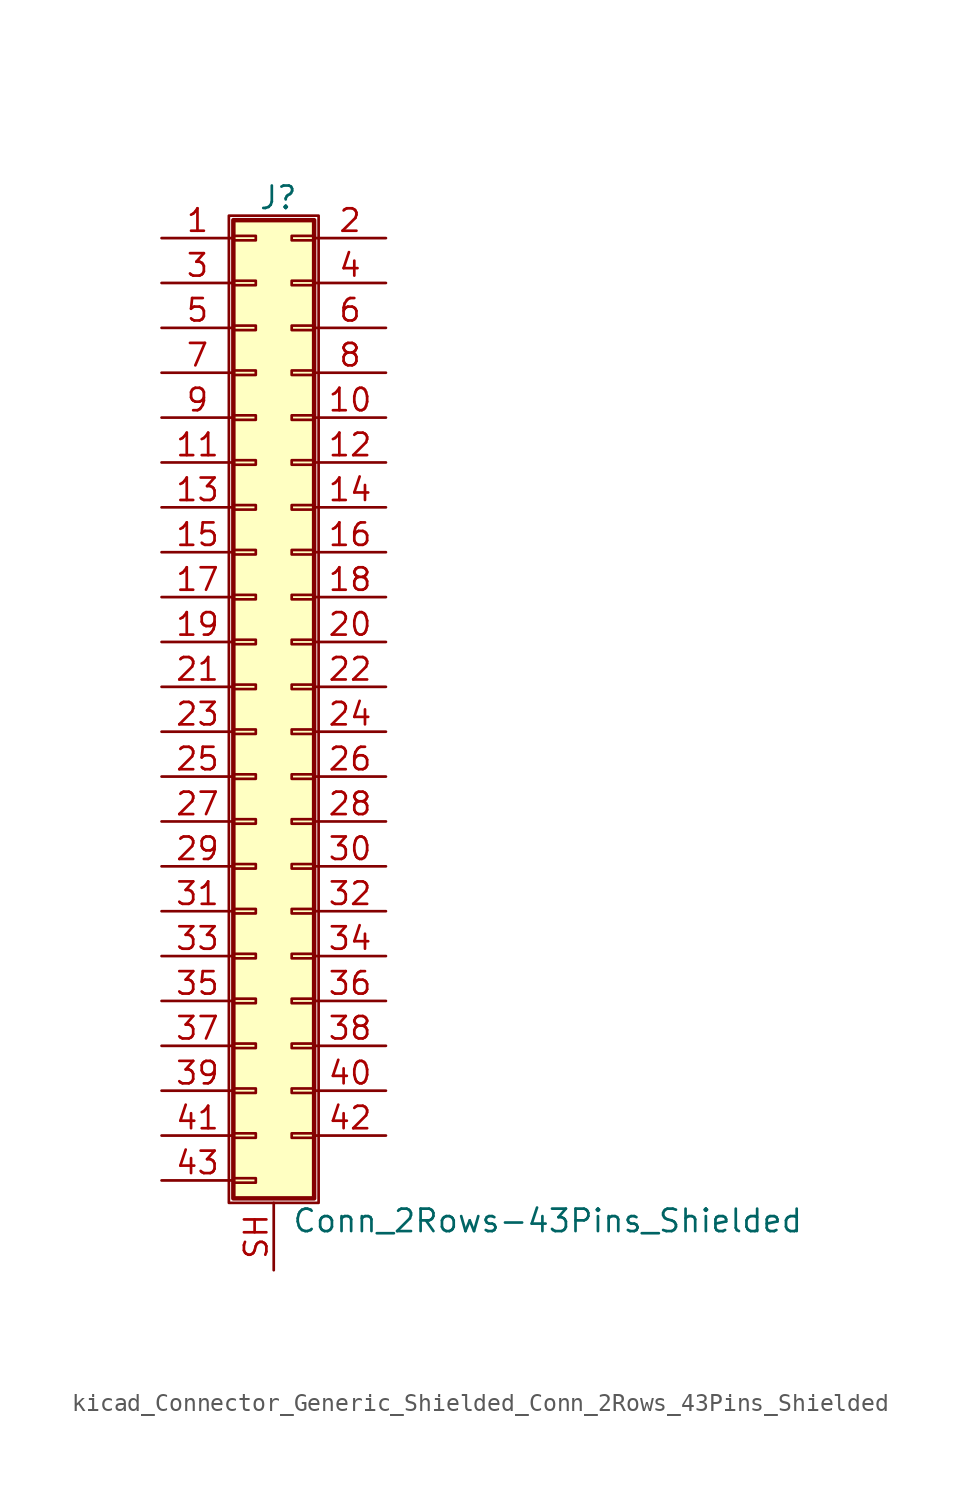
<source format=kicad_sym>
(kicad_symbol_lib
  (version 20220914)
  (generator kicad_symbol_editor)
  (symbol "kicad_Connector_Generic_Shielded_Conn_2Rows_43Pins_Shielded"
    (pin_names
      (offset 1.016) hide)
    (property "Reference" "J"
      (at 1.524 27.686 0)
      (effects (font (size 1.27 1.27))))
    (property "Value" "Conn_2Rows-43Pins_Shielded"
      (at 2.286 -30.226 0)
      (effects (font (size 1.27 1.27)) (justify left)))
    (symbol "kicad_Connector_Generic_Shielded_Conn_2Rows_43Pins_Shielded_1_1"
      (rectangle (start -1.27 26.67) (end 3.81 -29.21) (stroke (width 0.152) (type default)) (fill (type none)))
      (rectangle (start -1.016 -27.813) (end 0.254 -28.067) (stroke (width 0.152) (type default)) (fill (type none)))
      (rectangle (start -1.016 -25.273) (end 0.254 -25.527) (stroke (width 0.152) (type default)) (fill (type none)))
      (rectangle (start -1.016 -22.733) (end 0.254 -22.987) (stroke (width 0.152) (type default)) (fill (type none)))
      (rectangle (start -1.016 -20.193) (end 0.254 -20.447) (stroke (width 0.152) (type default)) (fill (type none)))
      (rectangle (start -1.016 -17.653) (end 0.254 -17.907) (stroke (width 0.152) (type default)) (fill (type none)))
      (rectangle (start -1.016 -15.113) (end 0.254 -15.367) (stroke (width 0.152) (type default)) (fill (type none)))
      (rectangle (start -1.016 -12.573) (end 0.254 -12.827) (stroke (width 0.152) (type default)) (fill (type none)))
      (rectangle (start -1.016 -10.033) (end 0.254 -10.287) (stroke (width 0.152) (type default)) (fill (type none)))
      (rectangle (start -1.016 -7.493) (end 0.254 -7.747) (stroke (width 0.152) (type default)) (fill (type none)))
      (rectangle (start -1.016 -4.953) (end 0.254 -5.207) (stroke (width 0.152) (type default)) (fill (type none)))
      (rectangle (start -1.016 -2.413) (end 0.254 -2.667) (stroke (width 0.152) (type default)) (fill (type none)))
      (rectangle (start -1.016 0.127) (end 0.254 -0.127) (stroke (width 0.152) (type default)) (fill (type none)))
      (rectangle (start -1.016 2.667) (end 0.254 2.413) (stroke (width 0.152) (type default)) (fill (type none)))
      (rectangle (start -1.016 5.207) (end 0.254 4.953) (stroke (width 0.152) (type default)) (fill (type none)))
      (rectangle (start -1.016 7.747) (end 0.254 7.493) (stroke (width 0.152) (type default)) (fill (type none)))
      (rectangle (start -1.016 10.287) (end 0.254 10.033) (stroke (width 0.152) (type default)) (fill (type none)))
      (rectangle (start -1.016 12.827) (end 0.254 12.573) (stroke (width 0.152) (type default)) (fill (type none)))
      (rectangle (start -1.016 15.367) (end 0.254 15.113) (stroke (width 0.152) (type default)) (fill (type none)))
      (rectangle (start -1.016 17.907) (end 0.254 17.653) (stroke (width 0.152) (type default)) (fill (type none)))
      (rectangle (start -1.016 20.447) (end 0.254 20.193) (stroke (width 0.152) (type default)) (fill (type none)))
      (rectangle (start -1.016 22.987) (end 0.254 22.733) (stroke (width 0.152) (type default)) (fill (type none)))
      (rectangle (start -1.016 25.527) (end 0.254 25.273) (stroke (width 0.152) (type default)) (fill (type none)))
      (rectangle (start -1.016 26.416) (end 3.556 -28.956) (stroke (width 0.254) (type default)) (fill (type background)))
      (rectangle (start 3.556 -25.273) (end 2.286 -25.527) (stroke (width 0.152) (type default)) (fill (type none)))
      (rectangle (start 3.556 -22.733) (end 2.286 -22.987) (stroke (width 0.152) (type default)) (fill (type none)))
      (rectangle (start 3.556 -20.193) (end 2.286 -20.447) (stroke (width 0.152) (type default)) (fill (type none)))
      (rectangle (start 3.556 -17.653) (end 2.286 -17.907) (stroke (width 0.152) (type default)) (fill (type none)))
      (rectangle (start 3.556 -15.113) (end 2.286 -15.367) (stroke (width 0.152) (type default)) (fill (type none)))
      (rectangle (start 3.556 -12.573) (end 2.286 -12.827) (stroke (width 0.152) (type default)) (fill (type none)))
      (rectangle (start 3.556 -10.033) (end 2.286 -10.287) (stroke (width 0.152) (type default)) (fill (type none)))
      (rectangle (start 3.556 -7.493) (end 2.286 -7.747) (stroke (width 0.152) (type default)) (fill (type none)))
      (rectangle (start 3.556 -4.953) (end 2.286 -5.207) (stroke (width 0.152) (type default)) (fill (type none)))
      (rectangle (start 3.556 -2.413) (end 2.286 -2.667) (stroke (width 0.152) (type default)) (fill (type none)))
      (rectangle (start 3.556 0.127) (end 2.286 -0.127) (stroke (width 0.152) (type default)) (fill (type none)))
      (rectangle (start 3.556 2.667) (end 2.286 2.413) (stroke (width 0.152) (type default)) (fill (type none)))
      (rectangle (start 3.556 5.207) (end 2.286 4.953) (stroke (width 0.152) (type default)) (fill (type none)))
      (rectangle (start 3.556 7.747) (end 2.286 7.493) (stroke (width 0.152) (type default)) (fill (type none)))
      (rectangle (start 3.556 10.287) (end 2.286 10.033) (stroke (width 0.152) (type default)) (fill (type none)))
      (rectangle (start 3.556 12.827) (end 2.286 12.573) (stroke (width 0.152) (type default)) (fill (type none)))
      (rectangle (start 3.556 15.367) (end 2.286 15.113) (stroke (width 0.152) (type default)) (fill (type none)))
      (rectangle (start 3.556 17.907) (end 2.286 17.653) (stroke (width 0.152) (type default)) (fill (type none)))
      (rectangle (start 3.556 20.447) (end 2.286 20.193) (stroke (width 0.152) (type default)) (fill (type none)))
      (rectangle (start 3.556 22.987) (end 2.286 22.733) (stroke (width 0.152) (type default)) (fill (type none)))
      (rectangle (start 3.556 25.527) (end 2.286 25.273) (stroke (width 0.152) (type default)) (fill (type none)))
      (pin passive line (at -5.08 25.4 0) (length 4.064) (name "Pin_1" (effects (font (size 1.27 1.27)))) (number "1" (effects (font (size 1.27 1.27)))))
      (pin passive line (at 7.62 15.24 180) (length 4.064) (name "Pin_10" (effects (font (size 1.27 1.27)))) (number "10" (effects (font (size 1.27 1.27)))))
      (pin passive line (at -5.08 12.7 0) (length 4.064) (name "Pin_11" (effects (font (size 1.27 1.27)))) (number "11" (effects (font (size 1.27 1.27)))))
      (pin passive line (at 7.62 12.7 180) (length 4.064) (name "Pin_12" (effects (font (size 1.27 1.27)))) (number "12" (effects (font (size 1.27 1.27)))))
      (pin passive line (at -5.08 10.16 0) (length 4.064) (name "Pin_13" (effects (font (size 1.27 1.27)))) (number "13" (effects (font (size 1.27 1.27)))))
      (pin passive line (at 7.62 10.16 180) (length 4.064) (name "Pin_14" (effects (font (size 1.27 1.27)))) (number "14" (effects (font (size 1.27 1.27)))))
      (pin passive line (at -5.08 7.62 0) (length 4.064) (name "Pin_15" (effects (font (size 1.27 1.27)))) (number "15" (effects (font (size 1.27 1.27)))))
      (pin passive line (at 7.62 7.62 180) (length 4.064) (name "Pin_16" (effects (font (size 1.27 1.27)))) (number "16" (effects (font (size 1.27 1.27)))))
      (pin passive line (at -5.08 5.08 0) (length 4.064) (name "Pin_17" (effects (font (size 1.27 1.27)))) (number "17" (effects (font (size 1.27 1.27)))))
      (pin passive line (at 7.62 5.08 180) (length 4.064) (name "Pin_18" (effects (font (size 1.27 1.27)))) (number "18" (effects (font (size 1.27 1.27)))))
      (pin passive line (at -5.08 2.54 0) (length 4.064) (name "Pin_19" (effects (font (size 1.27 1.27)))) (number "19" (effects (font (size 1.27 1.27)))))
      (pin passive line (at 7.62 25.4 180) (length 4.064) (name "Pin_2" (effects (font (size 1.27 1.27)))) (number "2" (effects (font (size 1.27 1.27)))))
      (pin passive line (at 7.62 2.54 180) (length 4.064) (name "Pin_20" (effects (font (size 1.27 1.27)))) (number "20" (effects (font (size 1.27 1.27)))))
      (pin passive line (at -5.08 0 0) (length 4.064) (name "Pin_21" (effects (font (size 1.27 1.27)))) (number "21" (effects (font (size 1.27 1.27)))))
      (pin passive line (at 7.62 0 180) (length 4.064) (name "Pin_22" (effects (font (size 1.27 1.27)))) (number "22" (effects (font (size 1.27 1.27)))))
      (pin passive line (at -5.08 -2.54 0) (length 4.064) (name "Pin_23" (effects (font (size 1.27 1.27)))) (number "23" (effects (font (size 1.27 1.27)))))
      (pin passive line (at 7.62 -2.54 180) (length 4.064) (name "Pin_24" (effects (font (size 1.27 1.27)))) (number "24" (effects (font (size 1.27 1.27)))))
      (pin passive line (at -5.08 -5.08 0) (length 4.064) (name "Pin_25" (effects (font (size 1.27 1.27)))) (number "25" (effects (font (size 1.27 1.27)))))
      (pin passive line (at 7.62 -5.08 180) (length 4.064) (name "Pin_26" (effects (font (size 1.27 1.27)))) (number "26" (effects (font (size 1.27 1.27)))))
      (pin passive line (at -5.08 -7.62 0) (length 4.064) (name "Pin_27" (effects (font (size 1.27 1.27)))) (number "27" (effects (font (size 1.27 1.27)))))
      (pin passive line (at 7.62 -7.62 180) (length 4.064) (name "Pin_28" (effects (font (size 1.27 1.27)))) (number "28" (effects (font (size 1.27 1.27)))))
      (pin passive line (at -5.08 -10.16 0) (length 4.064) (name "Pin_29" (effects (font (size 1.27 1.27)))) (number "29" (effects (font (size 1.27 1.27)))))
      (pin passive line (at -5.08 22.86 0) (length 4.064) (name "Pin_3" (effects (font (size 1.27 1.27)))) (number "3" (effects (font (size 1.27 1.27)))))
      (pin passive line (at 7.62 -10.16 180) (length 4.064) (name "Pin_30" (effects (font (size 1.27 1.27)))) (number "30" (effects (font (size 1.27 1.27)))))
      (pin passive line (at -5.08 -12.7 0) (length 4.064) (name "Pin_31" (effects (font (size 1.27 1.27)))) (number "31" (effects (font (size 1.27 1.27)))))
      (pin passive line (at 7.62 -12.7 180) (length 4.064) (name "Pin_32" (effects (font (size 1.27 1.27)))) (number "32" (effects (font (size 1.27 1.27)))))
      (pin passive line (at -5.08 -15.24 0) (length 4.064) (name "Pin_33" (effects (font (size 1.27 1.27)))) (number "33" (effects (font (size 1.27 1.27)))))
      (pin passive line (at 7.62 -15.24 180) (length 4.064) (name "Pin_34" (effects (font (size 1.27 1.27)))) (number "34" (effects (font (size 1.27 1.27)))))
      (pin passive line (at -5.08 -17.78 0) (length 4.064) (name "Pin_35" (effects (font (size 1.27 1.27)))) (number "35" (effects (font (size 1.27 1.27)))))
      (pin passive line (at 7.62 -17.78 180) (length 4.064) (name "Pin_36" (effects (font (size 1.27 1.27)))) (number "36" (effects (font (size 1.27 1.27)))))
      (pin passive line (at -5.08 -20.32 0) (length 4.064) (name "Pin_37" (effects (font (size 1.27 1.27)))) (number "37" (effects (font (size 1.27 1.27)))))
      (pin passive line (at 7.62 -20.32 180) (length 4.064) (name "Pin_38" (effects (font (size 1.27 1.27)))) (number "38" (effects (font (size 1.27 1.27)))))
      (pin passive line (at -5.08 -22.86 0) (length 4.064) (name "Pin_39" (effects (font (size 1.27 1.27)))) (number "39" (effects (font (size 1.27 1.27)))))
      (pin passive line (at 7.62 22.86 180) (length 4.064) (name "Pin_4" (effects (font (size 1.27 1.27)))) (number "4" (effects (font (size 1.27 1.27)))))
      (pin passive line (at 7.62 -22.86 180) (length 4.064) (name "Pin_40" (effects (font (size 1.27 1.27)))) (number "40" (effects (font (size 1.27 1.27)))))
      (pin passive line (at -5.08 -25.4 0) (length 4.064) (name "Pin_41" (effects (font (size 1.27 1.27)))) (number "41" (effects (font (size 1.27 1.27)))))
      (pin passive line (at 7.62 -25.4 180) (length 4.064) (name "Pin_42" (effects (font (size 1.27 1.27)))) (number "42" (effects (font (size 1.27 1.27)))))
      (pin passive line (at -5.08 -27.94 0) (length 4.064) (name "Pin_43" (effects (font (size 1.27 1.27)))) (number "43" (effects (font (size 1.27 1.27)))))
      (pin passive line (at -5.08 20.32 0) (length 4.064) (name "Pin_5" (effects (font (size 1.27 1.27)))) (number "5" (effects (font (size 1.27 1.27)))))
      (pin passive line (at 7.62 20.32 180) (length 4.064) (name "Pin_6" (effects (font (size 1.27 1.27)))) (number "6" (effects (font (size 1.27 1.27)))))
      (pin passive line (at -5.08 17.78 0) (length 4.064) (name "Pin_7" (effects (font (size 1.27 1.27)))) (number "7" (effects (font (size 1.27 1.27)))))
      (pin passive line (at 7.62 17.78 180) (length 4.064) (name "Pin_8" (effects (font (size 1.27 1.27)))) (number "8" (effects (font (size 1.27 1.27)))))
      (pin passive line (at -5.08 15.24 0) (length 4.064) (name "Pin_9" (effects (font (size 1.27 1.27)))) (number "9" (effects (font (size 1.27 1.27)))))
      (pin passive line (at 1.27 -33.02 90) (length 3.81) (name "Shield" (effects (font (size 1.27 1.27)))) (number "SH" (effects (font (size 1.27 1.27))))))))
</source>
